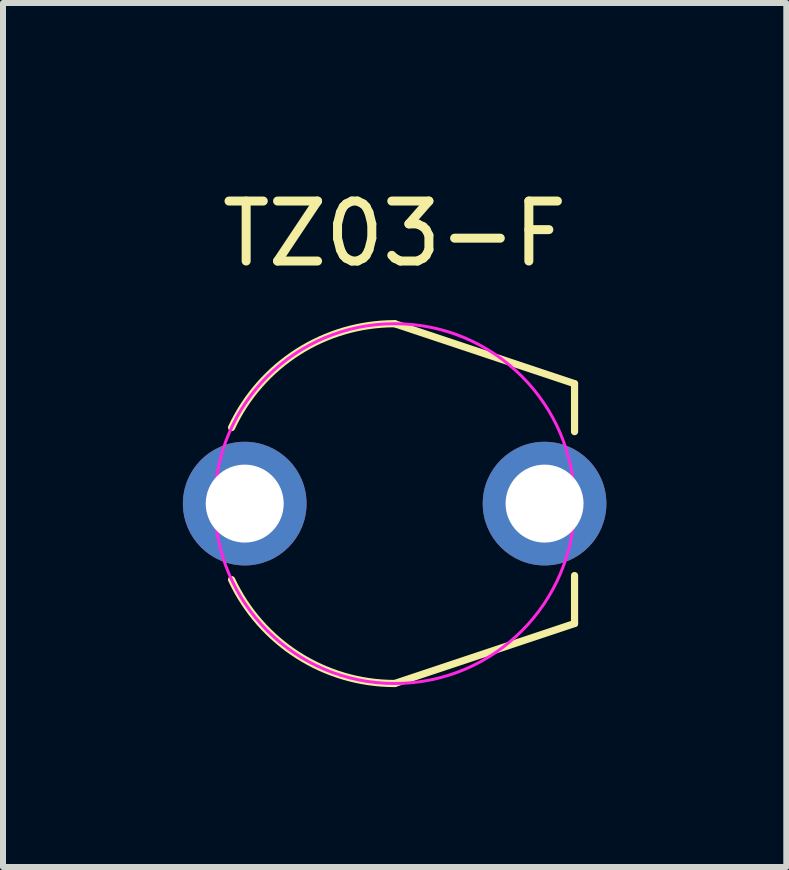
<source format=kicad_pcb>
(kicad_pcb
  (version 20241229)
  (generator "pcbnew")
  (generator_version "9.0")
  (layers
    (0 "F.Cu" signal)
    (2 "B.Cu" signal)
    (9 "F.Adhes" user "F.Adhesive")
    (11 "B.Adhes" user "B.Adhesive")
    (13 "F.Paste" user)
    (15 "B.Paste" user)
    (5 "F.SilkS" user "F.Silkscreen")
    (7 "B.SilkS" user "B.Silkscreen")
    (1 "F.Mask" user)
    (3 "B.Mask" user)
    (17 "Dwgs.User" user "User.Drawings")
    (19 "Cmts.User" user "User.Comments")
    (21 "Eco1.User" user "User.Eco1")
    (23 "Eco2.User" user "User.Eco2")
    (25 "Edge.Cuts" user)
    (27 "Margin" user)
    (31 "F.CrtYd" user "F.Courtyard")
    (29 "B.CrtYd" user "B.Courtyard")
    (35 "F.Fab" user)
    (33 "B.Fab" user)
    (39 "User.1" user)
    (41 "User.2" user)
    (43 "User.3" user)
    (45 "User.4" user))
  (footprint "TZ03-F"
    (layer "F.Cu")
    (at 3.531 5.348)
    (property "Reference" "TZ03-F" (at 0 -4.5 0) (layer "F.SilkS") (effects (font (size 1 1) (thickness 0.15))))
    (attr through_hole)
    (fp_line (start 0 -3) (end 3 -2) (stroke (width 0.12) (type solid)) (layer "F.SilkS"))
    (fp_line (start 3 -2) (end 3 -1.2) (stroke (width 0.12) (type solid)) (layer "F.SilkS"))
    (fp_line (start 3 1.2) (end 3 2) (stroke (width 0.12) (type solid)) (layer "F.SilkS"))
    (fp_line (start 3 2) (end 0 3) (stroke (width 0.12) (type solid)) (layer "F.SilkS"))
    (fp_arc (start -2.718923 -1.267855) (mid -1.611899 -2.530174) (end 0 -3) (stroke (width 0.12) (type solid)) (layer "F.SilkS"))
    (fp_arc (start 0 3) (mid -1.611899 2.530174) (end -2.718923 1.267855) (stroke (width 0.12) (type solid)) (layer "F.SilkS"))
    (fp_circle (center 0 0) (end 3 0) (stroke (width 0.05) (type solid)) (fill no) (layer "F.CrtYd"))
    (pad "1" thru_hole circle (at -2.5 0) (size 2.062 2.062) (drill 1.3) (layers "*.Cu" "*.Mask"))
    (pad "2" thru_hole circle (at 2.5 0) (size 2.062 2.062) (drill 1.3) (layers "*.Cu" "*.Mask")))
  (gr_rect
    (start -3 -3)
    (end 10.062 11.408)
    (stroke (width 0.1) (type default))
    (fill no)
    (layer "Edge.Cuts")))
</source>
